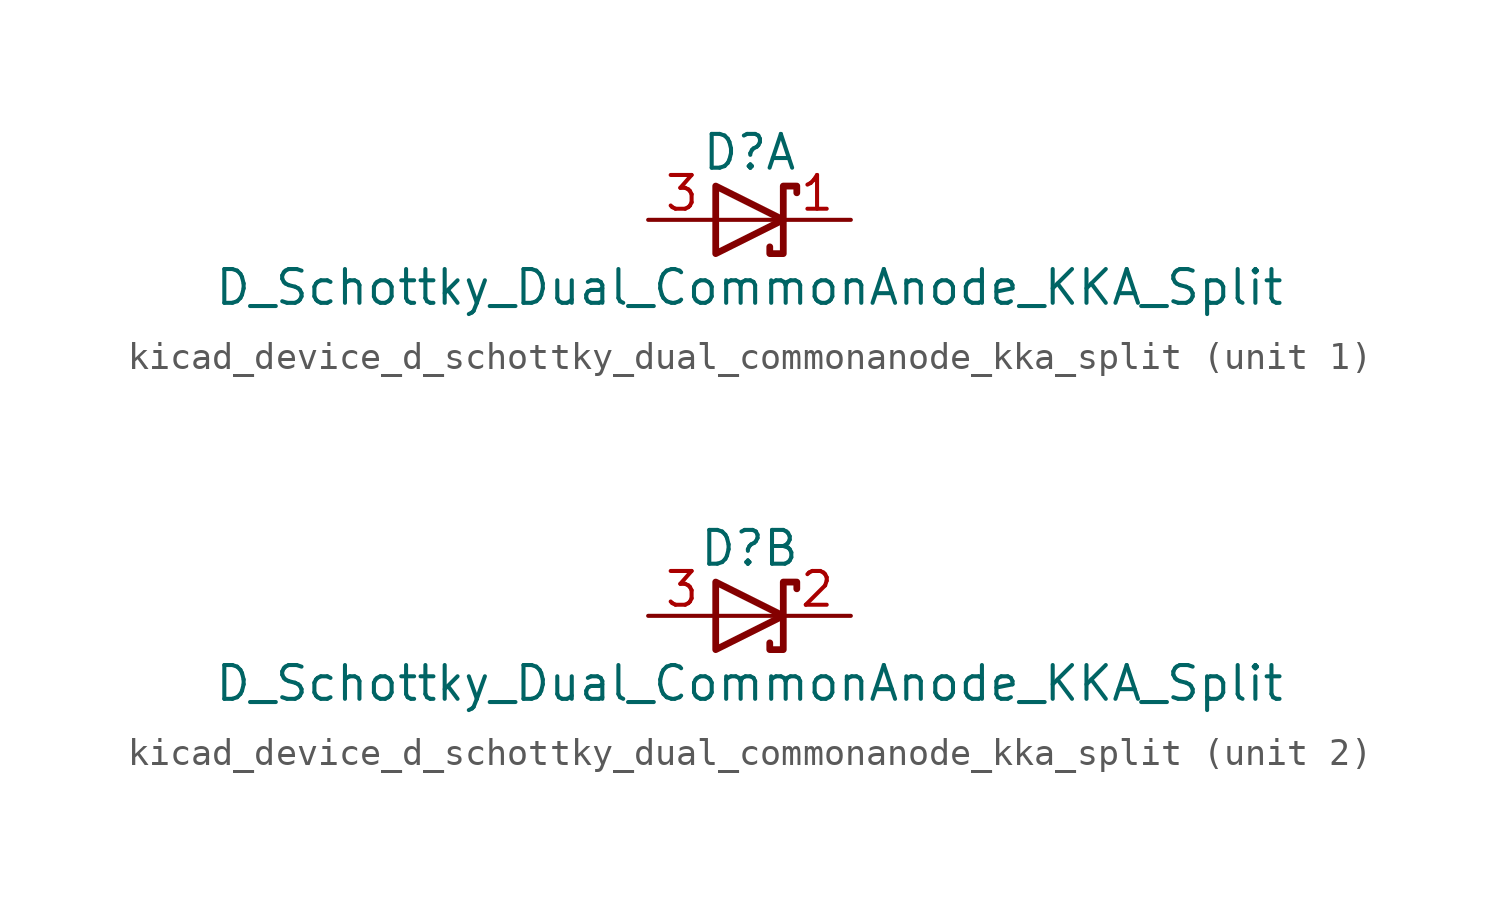
<source format=kicad_sym>
(kicad_symbol_lib
  (version 20220914)
  (generator kicad_symbol_editor)
  (symbol "kicad_device_d_schottky_dual_commonanode_kka_split"
    (pin_names
      (offset 0.762) hide)
    (property "Reference" "D"
      (at 0 2.54 0)
      (effects (font (size 1.27 1.27))))
    (property "Value" "D_Schottky_Dual_CommonAnode_KKA_Split"
      (at 0 -2.54 0)
      (effects (font (size 1.27 1.27))))
    (property "ki_locked" ""
      (at 0 0 0)
      (effects (font (size 1.27 1.27))))
    (symbol "kicad_device_d_schottky_dual_commonanode_kka_split_0_1"
      (polyline (pts (xy 1.27 0) (xy -1.27 0)) (stroke (width 0) (type default)) (fill (type none)))
      (polyline (pts (xy -1.27 1.27) (xy 1.27 0) (xy -1.27 -1.27) (xy -1.27 1.27) (xy -1.27 1.27) (xy -1.27 1.27)) (stroke (width 0.254) (type default)) (fill (type none)))
      (polyline (pts (xy 1.778 1.016) (xy 1.778 1.27) (xy 1.27 1.27) (xy 1.27 -1.27) (xy 0.762 -1.27) (xy 0.762 -1.016)) (stroke (width 0.254) (type default)) (fill (type none)))
      (pin passive line (at -3.81 0 0) (length 2.54) (name "A" (effects (font (size 1.27 1.27)))) (number "3" (effects (font (size 1.27 1.27))))))
    (symbol "kicad_device_d_schottky_dual_commonanode_kka_split_1_1"
      (pin passive line (at 3.81 0 180) (length 2.54) (name "K" (effects (font (size 1.27 1.27)))) (number "1" (effects (font (size 1.27 1.27))))))
    (symbol "kicad_device_d_schottky_dual_commonanode_kka_split_2_1"
      (pin passive line (at 3.81 0 180) (length 2.54) (name "K" (effects (font (size 1.27 1.27)))) (number "2" (effects (font (size 1.27 1.27))))))))
</source>
